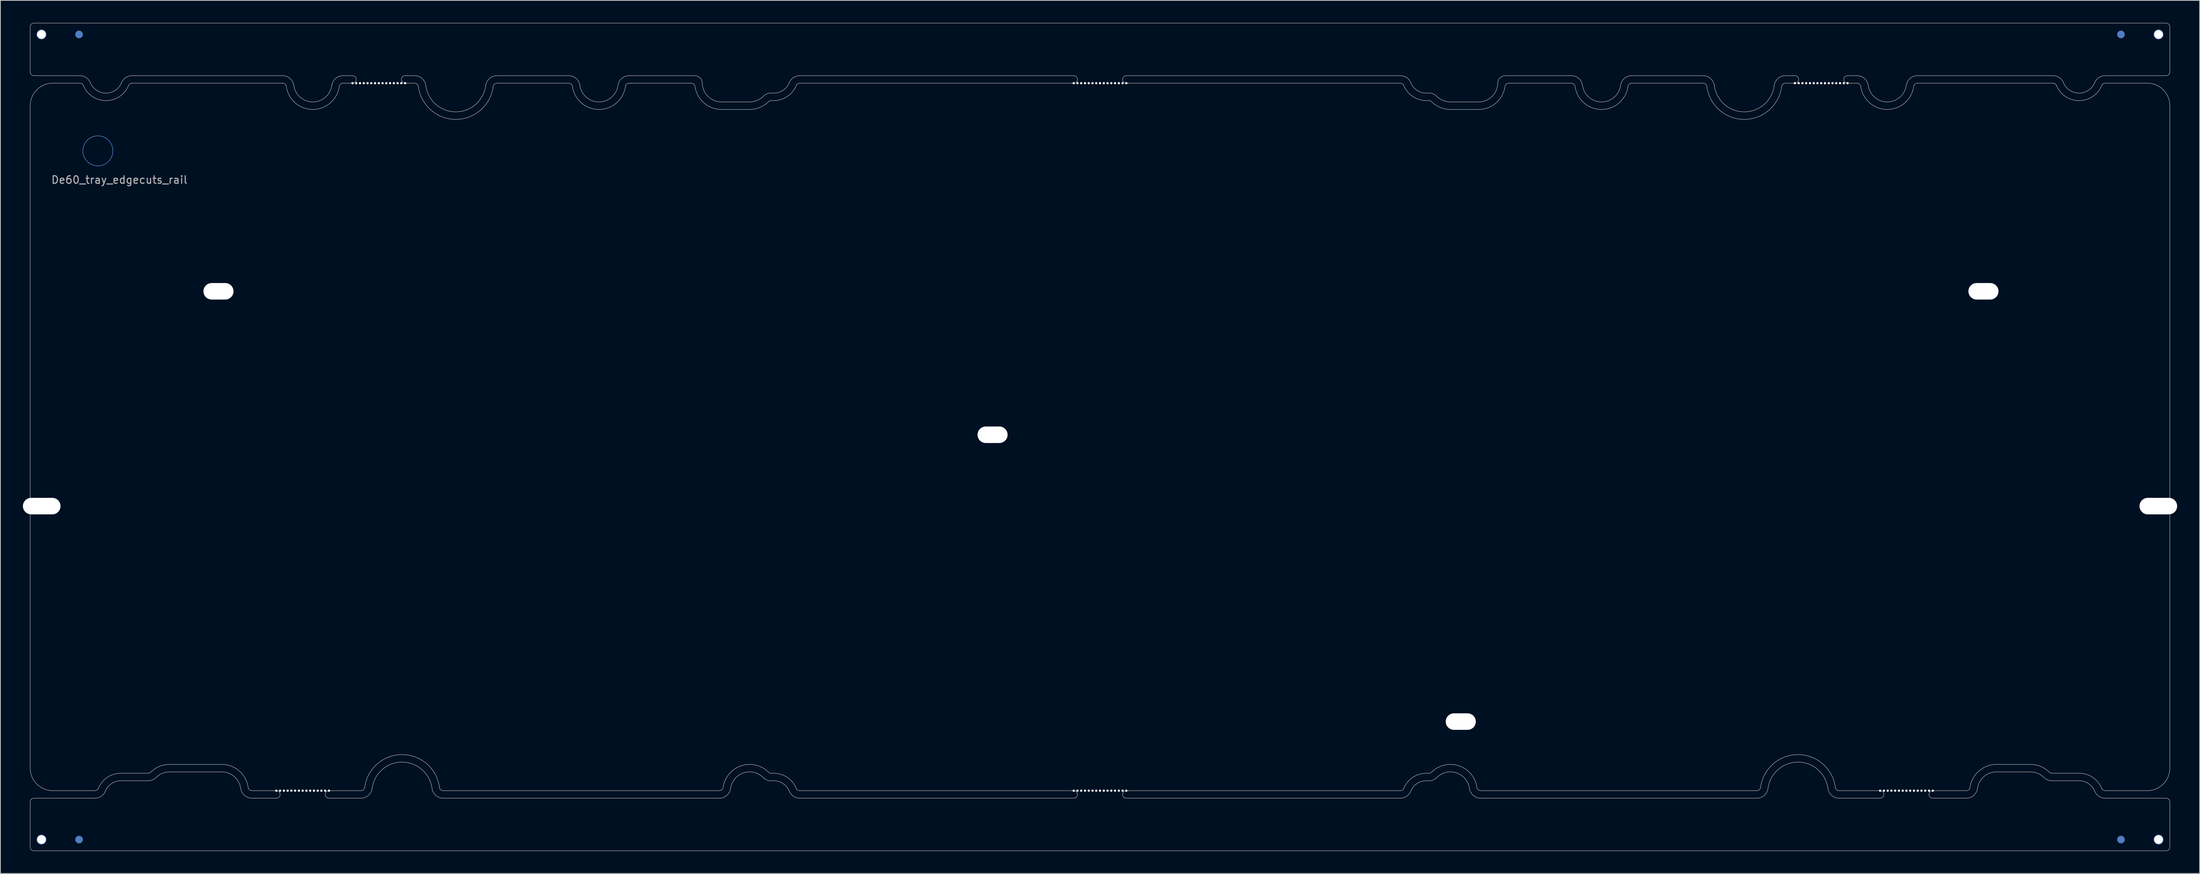
<source format=kicad_pcb>
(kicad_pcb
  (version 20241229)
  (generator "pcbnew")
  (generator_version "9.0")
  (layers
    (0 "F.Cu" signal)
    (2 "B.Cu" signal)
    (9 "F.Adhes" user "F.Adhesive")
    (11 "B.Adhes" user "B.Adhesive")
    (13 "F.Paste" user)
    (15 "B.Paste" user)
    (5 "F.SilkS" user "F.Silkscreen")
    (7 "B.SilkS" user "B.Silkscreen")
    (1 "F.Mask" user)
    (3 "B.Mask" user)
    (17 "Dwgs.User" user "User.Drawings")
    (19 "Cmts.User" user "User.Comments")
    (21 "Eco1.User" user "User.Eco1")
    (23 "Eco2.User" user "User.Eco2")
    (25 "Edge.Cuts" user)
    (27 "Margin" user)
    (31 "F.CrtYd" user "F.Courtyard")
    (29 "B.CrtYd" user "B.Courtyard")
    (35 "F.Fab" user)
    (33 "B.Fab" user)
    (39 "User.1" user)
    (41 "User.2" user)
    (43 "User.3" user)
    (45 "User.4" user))
  (footprint "De60_tray_edgecuts_rail"
    (layer "F.Cu")
    (at 9.97 17.035)
    (property "Reference" "De60_tray_edgecuts_rail" (at 2.865 3.86 0) (unlocked yes) (layer "F.Fab") (effects (font (size 1 1) (thickness 0.15))))
    (fp_circle (center 0 0) (end 1.994 0) (stroke (width 0.05) (type solid)) (fill no) (layer "Cmts.User"))
    (fp_circle (center 0 0) (end 2 0) (stroke (width 0.05) (type solid)) (fill no) (layer "Cmts.User"))
    (fp_line (start -9 -16.51) (end -9 -10.51) (stroke (width 0.05) (type solid)) (layer "Edge.Cuts"))
    (fp_line (start -9 -6.01) (end -9 82.19) (stroke (width 0.05) (type solid)) (layer "Edge.Cuts"))
    (fp_line (start -9 86.69) (end -9 92.69) (stroke (width 0.05) (type solid)) (layer "Edge.Cuts"))
    (fp_line (start -8.5 -10.01) (end -2.394 -10.01) (stroke (width 0.05) (type solid)) (layer "Edge.Cuts"))
    (fp_line (start -8.5 93.19) (end 275.2 93.19) (stroke (width 0.05) (type solid)) (layer "Edge.Cuts"))
    (fp_line (start -6 85.19) (end -0.394 85.19) (stroke (width 0.05) (type solid)) (layer "Edge.Cuts"))
    (fp_line (start -2.394 -9.01) (end -6 -9.01) (stroke (width 0.05) (type solid)) (layer "Edge.Cuts"))
    (fp_line (start -0.394 86.19) (end -8.5 86.19) (stroke (width 0.05) (type solid)) (layer "Edge.Cuts"))
    (fp_line (start 3.077 82.865) (end 6.696 82.865) (stroke (width 0.05) (type default)) (layer "Edge.Cuts"))
    (fp_line (start 4.544 -10.01) (end 24.584 -10.01) (stroke (width 0.05) (type solid)) (layer "Edge.Cuts"))
    (fp_line (start 6.696 83.865) (end 3.077 83.865) (stroke (width 0.05) (type solid)) (layer "Edge.Cuts"))
    (fp_line (start 9.549 81.69) (end 16.477 81.69) (stroke (width 0.05) (type solid)) (layer "Edge.Cuts"))
    (fp_line (start 16.477 82.69) (end 9.549 82.69) (stroke (width 0.05) (type solid)) (layer "Edge.Cuts"))
    (fp_line (start 20.496 85.19) (end 23.752 85.19) (stroke (width 0.05) (type solid)) (layer "Edge.Cuts"))
    (fp_line (start 23.752 86.19) (end 20.496 86.19) (stroke (width 0.05) (type solid)) (layer "Edge.Cuts"))
    (fp_line (start 24.584 -9.01) (end 4.544 -9.01) (stroke (width 0.05) (type solid)) (layer "Edge.Cuts"))
    (fp_line (start 30.752 86.19) (end 35.009 86.19) (stroke (width 0.05) (type solid)) (layer "Edge.Cuts"))
    (fp_line (start 32.618 -10.01) (end 33.885 -10.01) (stroke (width 0.05) (type solid)) (layer "Edge.Cuts"))
    (fp_line (start 33.885 -9.01) (end 32.618 -9.01) (stroke (width 0.05) (type solid)) (layer "Edge.Cuts"))
    (fp_line (start 35.009 85.19) (end 30.752 85.19) (stroke (width 0.05) (type solid)) (layer "Edge.Cuts"))
    (fp_line (start 40.885 -9.01) (end 42.151 -9.01) (stroke (width 0.05) (type solid)) (layer "Edge.Cuts"))
    (fp_line (start 42.151 -10.01) (end 40.885 -10.01) (stroke (width 0.05) (type solid)) (layer "Edge.Cuts"))
    (fp_line (start 45.953 86.19) (end 82.708 86.19) (stroke (width 0.05) (type solid)) (layer "Edge.Cuts"))
    (fp_line (start 53.099 -9.01) (end 62.658 -9.01) (stroke (width 0.05) (type solid)) (layer "Edge.Cuts"))
    (fp_line (start 62.658 -10.01) (end 53.099 -10.01) (stroke (width 0.05) (type solid)) (layer "Edge.Cuts"))
    (fp_line (start 70.692 -9.01) (end 78.966 -9.01) (stroke (width 0.05) (type solid)) (layer "Edge.Cuts"))
    (fp_line (start 79.428 -10.01) (end 70.692 -10.01) (stroke (width 0.05) (type solid)) (layer "Edge.Cuts"))
    (fp_line (start 82.708 85.19) (end 45.953 85.19) (stroke (width 0.05) (type solid)) (layer "Edge.Cuts"))
    (fp_line (start 82.981 -5.512) (end 86.721 -5.509) (stroke (width 0.05) (type solid)) (layer "Edge.Cuts"))
    (fp_line (start 86.721 -6.509) (end 82.981 -6.512) (stroke (width 0.05) (type solid)) (layer "Edge.Cuts"))
    (fp_line (start 93.394 86.19) (end 129.85 86.19) (stroke (width 0.05) (type solid)) (layer "Edge.Cuts"))
    (fp_line (start 93.394 -9.01) (end 129.85 -9.01) (stroke (width 0.05) (type solid)) (layer "Edge.Cuts"))
    (fp_line (start 129.85 -10.01) (end 93.394 -10.01) (stroke (width 0.05) (type solid)) (layer "Edge.Cuts"))
    (fp_line (start 129.85 85.19) (end 93.394 85.19) (stroke (width 0.05) (type solid)) (layer "Edge.Cuts"))
    (fp_line (start 136.85 -10.01) (end 173.306 -10.01) (stroke (width 0.05) (type solid)) (layer "Edge.Cuts"))
    (fp_line (start 136.85 86.19) (end 173.306 86.19) (stroke (width 0.05) (type solid)) (layer "Edge.Cuts"))
    (fp_line (start 173.306 -9.01) (end 136.85 -9.01) (stroke (width 0.05) (type solid)) (layer "Edge.Cuts"))
    (fp_line (start 173.306 85.19) (end 136.85 85.19) (stroke (width 0.05) (type solid)) (layer "Edge.Cuts"))
    (fp_line (start 179.979 -6.509) (end 183.719 -6.512) (stroke (width 0.05) (type solid)) (layer "Edge.Cuts"))
    (fp_line (start 183.719 -5.512) (end 179.979 -5.509) (stroke (width 0.05) (type solid)) (layer "Edge.Cuts"))
    (fp_line (start 183.992 86.19) (end 220.747 86.19) (stroke (width 0.05) (type solid)) (layer "Edge.Cuts"))
    (fp_line (start 187.272 -10.01) (end 196.065 -10.01) (stroke (width 0.05) (type solid)) (layer "Edge.Cuts"))
    (fp_line (start 196.065 -9.01) (end 187.734 -9.01) (stroke (width 0.05) (type solid)) (layer "Edge.Cuts"))
    (fp_line (start 204.1 -10.01) (end 213.601 -10.01) (stroke (width 0.05) (type solid)) (layer "Edge.Cuts"))
    (fp_line (start 213.601 -9.01) (end 204.1 -9.01) (stroke (width 0.05) (type solid)) (layer "Edge.Cuts"))
    (fp_line (start 220.747 85.19) (end 183.992 85.19) (stroke (width 0.05) (type solid)) (layer "Edge.Cuts"))
    (fp_line (start 224.549 -10.01) (end 225.815 -10.01) (stroke (width 0.05) (type solid)) (layer "Edge.Cuts"))
    (fp_line (start 225.815 -9.01) (end 224.549 -9.01) (stroke (width 0.05) (type solid)) (layer "Edge.Cuts"))
    (fp_line (start 231.691 86.19) (end 237.155 86.19) (stroke (width 0.05) (type solid)) (layer "Edge.Cuts"))
    (fp_line (start 232.815 -10.01) (end 234.082 -10.01) (stroke (width 0.05) (type solid)) (layer "Edge.Cuts"))
    (fp_line (start 234.082 -9.01) (end 232.815 -9.01) (stroke (width 0.05) (type solid)) (layer "Edge.Cuts"))
    (fp_line (start 237.155 85.19) (end 231.691 85.19) (stroke (width 0.05) (type solid)) (layer "Edge.Cuts"))
    (fp_line (start 242.116 -10.01) (end 260.156 -10.01) (stroke (width 0.05) (type solid)) (layer "Edge.Cuts"))
    (fp_line (start 244.155 85.19) (end 248.62 85.19) (stroke (width 0.05) (type solid)) (layer "Edge.Cuts"))
    (fp_line (start 248.62 86.19) (end 244.155 86.19) (stroke (width 0.05) (type solid)) (layer "Edge.Cuts"))
    (fp_line (start 252.638 81.69) (end 257.149 81.69) (stroke (width 0.05) (type solid)) (layer "Edge.Cuts"))
    (fp_line (start 257.149 82.69) (end 252.638 82.69) (stroke (width 0.05) (type solid)) (layer "Edge.Cuts"))
    (fp_line (start 260.004 82.865) (end 263.623 82.865) (stroke (width 0.05) (type default)) (layer "Edge.Cuts"))
    (fp_line (start 260.156 -9.01) (end 242.116 -9.01) (stroke (width 0.05) (type solid)) (layer "Edge.Cuts"))
    (fp_line (start 263.623 83.865) (end 260.004 83.865) (stroke (width 0.05) (type solid)) (layer "Edge.Cuts"))
    (fp_line (start 267.094 85.19) (end 272.7 85.19) (stroke (width 0.05) (type solid)) (layer "Edge.Cuts"))
    (fp_line (start 267.094 -10.01) (end 275.2 -10.01) (stroke (width 0.05) (type solid)) (layer "Edge.Cuts"))
    (fp_line (start 272.7 -9.01) (end 267.094 -9.01) (stroke (width 0.05) (type solid)) (layer "Edge.Cuts"))
    (fp_line (start 275.2 -17.01) (end -8.5 -17.01) (stroke (width 0.05) (type solid)) (layer "Edge.Cuts"))
    (fp_line (start 275.2 86.19) (end 267.094 86.19) (stroke (width 0.05) (type solid)) (layer "Edge.Cuts"))
    (fp_line (start 275.7 -10.51) (end 275.7 -16.51) (stroke (width 0.05) (type solid)) (layer "Edge.Cuts"))
    (fp_line (start 275.7 82.19) (end 275.7 -6.01) (stroke (width 0.05) (type solid)) (layer "Edge.Cuts"))
    (fp_line (start 275.7 92.69) (end 275.7 86.69) (stroke (width 0.05) (type solid)) (layer "Edge.Cuts"))
    (fp_arc (start -9.000006 -16.51) (mid -8.853553 -16.863533) (end -8.500006 -17.01) (stroke (width 0.05) (type solid)) (layer "Edge.Cuts"))
    (fp_arc (start -9.000006 -6.01) (mid -8.121326 -8.13132) (end -6.000006 -9.01) (stroke (width 0.05) (type solid)) (layer "Edge.Cuts"))
    (fp_arc (start -9.000006 86.69) (mid -8.853553 86.336467) (end -8.500006 86.19) (stroke (width 0.05) (type solid)) (layer "Edge.Cuts"))
    (fp_arc (start -8.500006 -10.01) (mid -8.85358 -10.156434) (end -9.000006 -10.51) (stroke (width 0.05) (type solid)) (layer "Edge.Cuts"))
    (fp_arc (start -8.500006 93.19) (mid -8.85358 93.043566) (end -9.000006 92.69) (stroke (width 0.05) (type solid)) (layer "Edge.Cuts"))
    (fp_arc (start -6.000006 85.19) (mid -8.121325 84.31132) (end -9.000006 82.19) (stroke (width 0.05) (type solid)) (layer "Edge.Cuts"))
    (fp_arc (start -2.394077 -10.01) (mid -1.558959 -9.756049) (end -1.006655 -9.08014) (stroke (width 0.05) (type solid)) (layer "Edge.Cuts"))
    (fp_arc (start -2.394077 -9.01) (mid -2.115694 -8.925359) (end -1.931603 -8.700047) (stroke (width 0.05) (type solid)) (layer "Edge.Cuts"))
    (fp_arc (start 0.068484 84.880215) (mid -0.115625 85.10541) (end -0.393921 85.19) (stroke (width 0.05) (type solid)) (layer "Edge.Cuts"))
    (fp_arc (start 0.068484 84.880215) (mid 1.266177 83.415365) (end 3.076522 82.864995) (stroke (width 0.05) (type solid)) (layer "Edge.Cuts"))
    (fp_arc (start 0.993294 85.260643) (mid 0.440959 85.9362) (end -0.393921 86.19) (stroke (width 0.05) (type solid)) (layer "Edge.Cuts"))
    (fp_arc (start 0.993294 85.260643) (mid 1.82276 84.246149) (end 3.076522 83.864995) (stroke (width 0.05) (type solid)) (layer "Edge.Cuts"))
    (fp_arc (start 3.156652 -9.08014) (mid 1.074999 -7.685003) (end -1.006655 -9.08014) (stroke (width 0.05) (type solid)) (layer "Edge.Cuts"))
    (fp_arc (start 3.156652 -9.08014) (mid 3.708976 -9.756024) (end 4.544074 -10.01) (stroke (width 0.05) (type solid)) (layer "Edge.Cuts"))
    (fp_arc (start 4.0816 -8.700047) (mid 1.074999 -6.685002) (end -1.931603 -8.700047) (stroke (width 0.05) (type solid)) (layer "Edge.Cuts"))
    (fp_arc (start 4.0816 -8.700047) (mid 4.26571 -8.925334) (end 4.544074 -9.01) (stroke (width 0.05) (type solid)) (layer "Edge.Cuts"))
    (fp_arc (start 7.048213 82.719935) (mid 6.886486 82.827312) (end 6.696051 82.864995) (stroke (width 0.05) (type solid)) (layer "Edge.Cuts"))
    (fp_arc (start 7.048213 82.719935) (mid 8.196482 81.957574) (end 9.548565 81.690002) (stroke (width 0.05) (type solid)) (layer "Edge.Cuts"))
    (fp_arc (start 7.752538 83.429813) (mid 7.267355 83.751941) (end 6.696051 83.864995) (stroke (width 0.05) (type solid)) (layer "Edge.Cuts"))
    (fp_arc (start 7.752538 83.429813) (mid 8.577351 82.882203) (end 9.548565 82.690002) (stroke (width 0.05) (type solid)) (layer "Edge.Cuts"))
    (fp_arc (start 16.477245 81.690002) (mid 18.813447 82.564432) (end 20.000252 84.758505) (stroke (width 0.05) (type solid)) (layer "Edge.Cuts"))
    (fp_arc (start 16.477245 82.690002) (mid 18.156509 83.318476) (end 19.009682 84.895514) (stroke (width 0.05) (type solid)) (layer "Edge.Cuts"))
    (fp_arc (start 20.495537 85.190001) (mid 20.167109 85.066989) (end 20.000252 84.758505) (stroke (width 0.05) (type solid)) (layer "Edge.Cuts"))
    (fp_arc (start 20.495537 86.190001) (mid 19.510226 85.820981) (end 19.009682 84.895514) (stroke (width 0.05) (type solid)) (layer "Edge.Cuts"))
    (fp_arc (start 23.752227 85.190001) (mid 24.252266 85.690011) (end 23.752227 86.190001) (stroke (width 0.05) (type solid)) (layer "Edge.Cuts"))
    (fp_arc (start 24.583587 -10.01) (mid 25.568897 -9.640978) (end 26.069442 -8.715513) (stroke (width 0.05) (type solid)) (layer "Edge.Cuts"))
    (fp_arc (start 24.583587 -9.01) (mid 24.912014 -8.886985) (end 25.078872 -8.578504) (stroke (width 0.05) (type solid)) (layer "Edge.Cuts"))
    (fp_arc (start 30.752227 86.190001) (mid 30.252266 85.690011) (end 30.752227 85.190001) (stroke (width 0.05) (type solid)) (layer "Edge.Cuts"))
    (fp_arc (start 31.132557 -8.715513) (mid 28.601 -6.510001) (end 26.069442 -8.715513) (stroke (width 0.05) (type solid)) (layer "Edge.Cuts"))
    (fp_arc (start 31.132557 -8.715513) (mid 31.633087 -9.640999) (end 32.618412 -10.01) (stroke (width 0.05) (type solid)) (layer "Edge.Cuts"))
    (fp_arc (start 32.123127 -8.578504) (mid 28.601 -5.510002) (end 25.078872 -8.578504) (stroke (width 0.05) (type solid)) (layer "Edge.Cuts"))
    (fp_arc (start 32.123127 -8.578504) (mid 32.28997 -8.887006) (end 32.618412 -9.01) (stroke (width 0.05) (type solid)) (layer "Edge.Cuts"))
    (fp_arc (start 33.884713 -10.01) (mid 34.384767 -9.509989) (end 33.884713 -9.01) (stroke (width 0.05) (type solid)) (layer "Edge.Cuts"))
    (fp_arc (start 35.504695 84.754843) (mid 35.33875 85.065772) (end 35.008917 85.190001) (stroke (width 0.05) (type solid)) (layer "Edge.Cuts"))
    (fp_arc (start 35.504695 84.754843) (mid 40.480997 80.386999) (end 45.457298 84.754843) (stroke (width 0.05) (type solid)) (layer "Edge.Cuts"))
    (fp_arc (start 36.496251 84.884526) (mid 35.998415 85.817332) (end 35.008917 86.190001) (stroke (width 0.05) (type solid)) (layer "Edge.Cuts"))
    (fp_arc (start 36.496251 84.884526) (mid 40.480997 81.386999) (end 44.465743 84.884526) (stroke (width 0.05) (type solid)) (layer "Edge.Cuts"))
    (fp_arc (start 40.884713 -9.01) (mid 40.384767 -9.509989) (end 40.884713 -10.01) (stroke (width 0.05) (type solid)) (layer "Edge.Cuts"))
    (fp_arc (start 42.151013 -10.01) (mid 43.142202 -9.635895) (end 43.638914 -8.700134) (stroke (width 0.05) (type solid)) (layer "Edge.Cuts"))
    (fp_arc (start 42.151013 -9.01) (mid 42.481428 -8.885309) (end 42.64698 -8.573378) (stroke (width 0.05) (type solid)) (layer "Edge.Cuts"))
    (fp_arc (start 45.953076 85.190001) (mid 45.623235 85.065788) (end 45.457298 84.754843) (stroke (width 0.05) (type solid)) (layer "Edge.Cuts"))
    (fp_arc (start 45.953076 86.190001) (mid 44.963569 85.817347) (end 44.465743 84.884526) (stroke (width 0.05) (type solid)) (layer "Edge.Cuts"))
    (fp_arc (start 51.611089 -8.700134) (mid 47.625002 -5.191002) (end 43.638914 -8.700134) (stroke (width 0.05) (type solid)) (layer "Edge.Cuts"))
    (fp_arc (start 51.611089 -8.700134) (mid 52.107835 -9.635859) (end 53.09899 -10.01) (stroke (width 0.05) (type solid)) (layer "Edge.Cuts"))
    (fp_arc (start 52.603023 -8.573378) (mid 47.625002 -4.191002) (end 42.64698 -8.573378) (stroke (width 0.05) (type solid)) (layer "Edge.Cuts"))
    (fp_arc (start 52.603023 -8.573378) (mid 52.768609 -8.885274) (end 53.09899 -9.01) (stroke (width 0.05) (type solid)) (layer "Edge.Cuts"))
    (fp_arc (start 62.657588 -10.01) (mid 63.642898 -9.640977) (end 64.143443 -8.715513) (stroke (width 0.05) (type solid)) (layer "Edge.Cuts"))
    (fp_arc (start 62.657588 -9.01) (mid 62.986015 -8.886985) (end 63.152873 -8.578504) (stroke (width 0.05) (type solid)) (layer "Edge.Cuts"))
    (fp_arc (start 69.206557 -8.715513) (mid 66.675 -6.510001) (end 64.143443 -8.715513) (stroke (width 0.05) (type solid)) (layer "Edge.Cuts"))
    (fp_arc (start 69.206557 -8.715513) (mid 69.707087 -9.640999) (end 70.692412 -10.01) (stroke (width 0.05) (type solid)) (layer "Edge.Cuts"))
    (fp_arc (start 70.197127 -8.578504) (mid 66.675 -5.510001) (end 63.152873 -8.578504) (stroke (width 0.05) (type solid)) (layer "Edge.Cuts"))
    (fp_arc (start 70.197127 -8.578504) (mid 70.36397 -8.887006) (end 70.692412 -9.01) (stroke (width 0.05) (type solid)) (layer "Edge.Cuts"))
    (fp_arc (start 78.965917 -9.01) (mid 79.294307 -8.887079) (end 79.461174 -8.578708) (stroke (width 0.05) (type solid)) (layer "Edge.Cuts"))
    (fp_arc (start 79.427906 -10.01) (mid 80.129327 -9.7228) (end 80.427776 -9.026116) (stroke (width 0.05) (type solid)) (layer "Edge.Cuts"))
    (fp_arc (start 82.980768 -5.5117) (mid 80.647131 -6.386679) (end 79.461174 -8.578708) (stroke (width 0.05) (type solid)) (layer "Edge.Cuts"))
    (fp_arc (start 82.981408 -6.5117) (mid 81.19001 -7.246294) (end 80.427776 -9.026116) (stroke (width 0.05) (type solid)) (layer "Edge.Cuts"))
    (fp_arc (start 83.202868 84.758514) (mid 83.036028 85.067016) (end 82.707584 85.190001) (stroke (width 0.05) (type solid)) (layer "Edge.Cuts"))
    (fp_arc (start 83.202868 84.758514) (mid 85.593641 81.875096) (end 89.239741 82.73292) (stroke (width 0.05) (type solid)) (layer "Edge.Cuts"))
    (fp_arc (start 84.193436 84.89554) (mid 83.692905 85.821015) (end 82.707584 86.190001) (stroke (width 0.05) (type solid)) (layer "Edge.Cuts"))
    (fp_arc (start 84.193436 84.89554) (mid 85.91174 82.823208) (end 88.532299 83.439691) (stroke (width 0.05) (type solid)) (layer "Edge.Cuts"))
    (fp_arc (start 88.533691 -7.259363) (mid 87.70223 -6.70357) (end 86.72116 -6.509306) (stroke (width 0.05) (type solid)) (layer "Edge.Cuts"))
    (fp_arc (start 88.533691 -7.259363) (mid 89.082355 -7.60919) (end 89.727537 -7.693765) (stroke (width 0.05) (type solid)) (layer "Edge.Cuts"))
    (fp_arc (start 89.241401 -6.55286) (mid 88.085039 -5.77966) (end 86.72052 -5.509306) (stroke (width 0.05) (type solid)) (layer "Edge.Cuts"))
    (fp_arc (start 89.241401 -6.55286) (mid 89.42429 -6.669466) (end 89.63935 -6.697661) (stroke (width 0.05) (type solid)) (layer "Edge.Cuts"))
    (fp_arc (start 89.637434 82.877598) (mid 89.422524 82.849412) (end 89.239741 82.73292) (stroke (width 0.05) (type solid)) (layer "Edge.Cuts"))
    (fp_arc (start 89.637434 82.877598) (mid 91.613124 83.33831) (end 92.931514 84.880215) (stroke (width 0.05) (type solid)) (layer "Edge.Cuts"))
    (fp_arc (start 89.725377 83.873723) (mid 89.080652 83.789158) (end 88.532299 83.439691) (stroke (width 0.05) (type solid)) (layer "Edge.Cuts"))
    (fp_arc (start 89.725377 83.873723) (mid 91.093646 84.192793) (end 92.006703 85.260642) (stroke (width 0.05) (type solid)) (layer "Edge.Cuts"))
    (fp_arc (start 92.006619 -9.07984) (mid 91.094707 -8.012511) (end 89.727537 -7.693765) (stroke (width 0.05) (type solid)) (layer "Edge.Cuts"))
    (fp_arc (start 92.006619 -9.07984) (mid 92.558931 -9.755938) (end 93.394165 -10.01) (stroke (width 0.05) (type solid)) (layer "Edge.Cuts"))
    (fp_arc (start 92.931649 -8.699947) (mid 91.614328 -7.158114) (end 89.63935 -6.697661) (stroke (width 0.05) (type solid)) (layer "Edge.Cuts"))
    (fp_arc (start 92.931649 -8.699947) (mid 93.115755 -8.925308) (end 93.394165 -9.01) (stroke (width 0.05) (type solid)) (layer "Edge.Cuts"))
    (fp_arc (start 93.393919 85.190001) (mid 93.115644 85.105382) (end 92.931514 84.880215) (stroke (width 0.05) (type solid)) (layer "Edge.Cuts"))
    (fp_arc (start 93.393919 86.190001) (mid 92.55906 85.936172) (end 92.006703 85.260642) (stroke (width 0.05) (type solid)) (layer "Edge.Cuts"))
    (fp_arc (start 129.85 -10.01) (mid 130.349967 -9.509989) (end 129.85 -9.01) (stroke (width 0.05) (type solid)) (layer "Edge.Cuts"))
    (fp_arc (start 129.85 85.190001) (mid 130.349966 85.690011) (end 129.85 86.190001) (stroke (width 0.05) (type solid)) (layer "Edge.Cuts"))
    (fp_arc (start 136.85 -9.01) (mid 136.349967 -9.509989) (end 136.85 -10.01) (stroke (width 0.05) (type solid)) (layer "Edge.Cuts"))
    (fp_arc (start 136.85 86.190001) (mid 136.349966 85.690011) (end 136.85 85.190001) (stroke (width 0.05) (type solid)) (layer "Edge.Cuts"))
    (fp_arc (start 173.305836 -10.01) (mid 174.141083 -9.755954) (end 174.693381 -9.07984) (stroke (width 0.05) (type solid)) (layer "Edge.Cuts"))
    (fp_arc (start 173.305836 -9.01) (mid 173.584258 -8.925324) (end 173.768351 -8.699947) (stroke (width 0.05) (type solid)) (layer "Edge.Cuts"))
    (fp_arc (start 173.768486 84.880215) (mid 173.584377 85.10541) (end 173.306081 85.190001) (stroke (width 0.05) (type solid)) (layer "Edge.Cuts"))
    (fp_arc (start 173.768486 84.880215) (mid 175.086823 83.338324) (end 177.062459 82.877588) (stroke (width 0.05) (type solid)) (layer "Edge.Cuts"))
    (fp_arc (start 174.693297 85.260642) (mid 174.140962 85.936201) (end 173.306081 86.190001) (stroke (width 0.05) (type solid)) (layer "Edge.Cuts"))
    (fp_arc (start 174.693297 85.260642) (mid 175.606316 84.192799) (end 176.974549 83.873717) (stroke (width 0.05) (type solid)) (layer "Edge.Cuts"))
    (fp_arc (start 176.972464 -7.693765) (mid 175.605264 -8.012492) (end 174.693381 -9.07984) (stroke (width 0.05) (type solid)) (layer "Edge.Cuts"))
    (fp_arc (start 176.972464 -7.693765) (mid 177.61765 -7.6092) (end 178.166309 -7.259363) (stroke (width 0.05) (type solid)) (layer "Edge.Cuts"))
    (fp_arc (start 177.06065 -6.697661) (mid 175.085643 -7.158095) (end 173.768351 -8.699947) (stroke (width 0.05) (type solid)) (layer "Edge.Cuts"))
    (fp_arc (start 177.06065 -6.697661) (mid 177.275715 -6.669476) (end 177.458599 -6.55286) (stroke (width 0.05) (type solid)) (layer "Edge.Cuts"))
    (fp_arc (start 177.460087 82.732958) (mid 177.277323 82.849388) (end 177.062459 82.877588) (stroke (width 0.05) (type solid)) (layer "Edge.Cuts"))
    (fp_arc (start 177.460087 82.732958) (mid 181.106209 81.875371) (end 183.497166 84.758587) (stroke (width 0.05) (type solid)) (layer "Edge.Cuts"))
    (fp_arc (start 178.167432 83.439827) (mid 177.619146 83.789152) (end 176.974549 83.873717) (stroke (width 0.05) (type solid)) (layer "Edge.Cuts"))
    (fp_arc (start 178.167432 83.439827) (mid 180.788106 82.823428) (end 182.506619 84.89576) (stroke (width 0.05) (type solid)) (layer "Edge.Cuts"))
    (fp_arc (start 179.978841 -6.509306) (mid 178.99777 -6.703566) (end 178.166309 -7.259363) (stroke (width 0.05) (type solid)) (layer "Edge.Cuts"))
    (fp_arc (start 179.979481 -5.509306) (mid 178.614969 -5.779676) (end 177.458599 -6.55286) (stroke (width 0.05) (type solid)) (layer "Edge.Cuts"))
    (fp_arc (start 183.99244 85.190001) (mid 183.664041 85.067017) (end 183.497166 84.758587) (stroke (width 0.05) (type solid)) (layer "Edge.Cuts"))
    (fp_arc (start 183.99244 86.190001) (mid 183.007221 85.821064) (end 182.506619 84.89576) (stroke (width 0.05) (type solid)) (layer "Edge.Cuts"))
    (fp_arc (start 186.272224 -9.026116) (mid 185.510005 -7.246282) (end 183.718592 -6.5117) (stroke (width 0.05) (type solid)) (layer "Edge.Cuts"))
    (fp_arc (start 186.272224 -9.026116) (mid 186.570715 -9.722761) (end 187.272094 -10.01) (stroke (width 0.05) (type solid)) (layer "Edge.Cuts"))
    (fp_arc (start 187.238826 -8.578708) (mid 186.052882 -6.386668) (end 183.719232 -5.5117) (stroke (width 0.05) (type solid)) (layer "Edge.Cuts"))
    (fp_arc (start 187.238826 -8.578708) (mid 187.405724 -8.887047) (end 187.734083 -9.01) (stroke (width 0.05) (type solid)) (layer "Edge.Cuts"))
    (fp_arc (start 196.064999 -10.01) (mid 197.050302 -9.640973) (end 197.550853 -8.715513) (stroke (width 0.05) (type solid)) (layer "Edge.Cuts"))
    (fp_arc (start 196.064999 -9.01) (mid 196.393419 -8.886981) (end 196.560284 -8.578504) (stroke (width 0.05) (type solid)) (layer "Edge.Cuts"))
    (fp_arc (start 202.613968 -8.715513) (mid 200.082411 -6.510001) (end 197.550853 -8.715513) (stroke (width 0.05) (type solid)) (layer "Edge.Cuts"))
    (fp_arc (start 202.613968 -8.715513) (mid 203.114498 -9.640995) (end 204.099823 -10.01) (stroke (width 0.05) (type solid)) (layer "Edge.Cuts"))
    (fp_arc (start 203.604538 -8.578504) (mid 200.082411 -5.510001) (end 196.560284 -8.578504) (stroke (width 0.05) (type solid)) (layer "Edge.Cuts"))
    (fp_arc (start 203.604538 -8.578504) (mid 203.771382 -8.887002) (end 204.099823 -9.01) (stroke (width 0.05) (type solid)) (layer "Edge.Cuts"))
    (fp_arc (start 213.60101 -10.01) (mid 214.5922 -9.635896) (end 215.088911 -8.700134) (stroke (width 0.05) (type solid)) (layer "Edge.Cuts"))
    (fp_arc (start 213.60101 -9.01) (mid 213.931427 -8.885311) (end 214.096977 -8.573378) (stroke (width 0.05) (type solid)) (layer "Edge.Cuts"))
    (fp_arc (start 221.242702 84.754843) (mid 221.076757 85.065775) (end 220.746924 85.190001) (stroke (width 0.05) (type solid)) (layer "Edge.Cuts"))
    (fp_arc (start 221.242702 84.754843) (mid 226.219004 80.386999) (end 231.195305 84.754843) (stroke (width 0.05) (type solid)) (layer "Edge.Cuts"))
    (fp_arc (start 222.234257 84.884526) (mid 221.736422 85.817334) (end 220.746924 86.190001) (stroke (width 0.05) (type solid)) (layer "Edge.Cuts"))
    (fp_arc (start 222.234257 84.884526) (mid 226.219003 81.386999) (end 230.203749 84.884526) (stroke (width 0.05) (type solid)) (layer "Edge.Cuts"))
    (fp_arc (start 223.061086 -8.700134) (mid 219.074999 -5.191002) (end 215.088911 -8.700134) (stroke (width 0.05) (type solid)) (layer "Edge.Cuts"))
    (fp_arc (start 223.061086 -8.700134) (mid 223.557832 -9.63586) (end 224.548987 -10.01) (stroke (width 0.05) (type solid)) (layer "Edge.Cuts"))
    (fp_arc (start 224.05302 -8.573378) (mid 219.074999 -4.191002) (end 214.096977 -8.573378) (stroke (width 0.05) (type solid)) (layer "Edge.Cuts"))
    (fp_arc (start 224.05302 -8.573378) (mid 224.218606 -8.885275) (end 224.548987 -9.01) (stroke (width 0.05) (type solid)) (layer "Edge.Cuts"))
    (fp_arc (start 225.815288 -10.01) (mid 226.315267 -9.509989) (end 225.815288 -9.01) (stroke (width 0.05) (type solid)) (layer "Edge.Cuts"))
    (fp_arc (start 231.691083 85.190001) (mid 231.361238 85.06579) (end 231.195305 84.754843) (stroke (width 0.05) (type solid)) (layer "Edge.Cuts"))
    (fp_arc (start 231.691083 86.190001) (mid 230.701572 85.817349) (end 230.203749 84.884526) (stroke (width 0.05) (type solid)) (layer "Edge.Cuts"))
    (fp_arc (start 232.815288 -9.01) (mid 232.315267 -9.509989) (end 232.815288 -10.01) (stroke (width 0.05) (type solid)) (layer "Edge.Cuts"))
    (fp_arc (start 234.081588 -10.01) (mid 235.066898 -9.640977) (end 235.567443 -8.715513) (stroke (width 0.05) (type solid)) (layer "Edge.Cuts"))
    (fp_arc (start 234.081588 -9.01) (mid 234.410015 -8.886985) (end 234.576873 -8.578504) (stroke (width 0.05) (type solid)) (layer "Edge.Cuts"))
    (fp_arc (start 237.155316 85.190001) (mid 237.655366 85.690011) (end 237.155316 86.190001) (stroke (width 0.05) (type solid)) (layer "Edge.Cuts"))
    (fp_arc (start 240.630558 -8.715513) (mid 238.099001 -6.510001) (end 235.567443 -8.715513) (stroke (width 0.05) (type solid)) (layer "Edge.Cuts"))
    (fp_arc (start 240.630558 -8.715513) (mid 241.131088 -9.640998) (end 242.116413 -10.01) (stroke (width 0.05) (type solid)) (layer "Edge.Cuts"))
    (fp_arc (start 241.621128 -8.578504) (mid 238.099001 -5.510002) (end 234.576873 -8.578504) (stroke (width 0.05) (type solid)) (layer "Edge.Cuts"))
    (fp_arc (start 241.621128 -8.578504) (mid 241.787971 -8.887006) (end 242.116413 -9.01) (stroke (width 0.05) (type solid)) (layer "Edge.Cuts"))
    (fp_arc (start 244.155316 86.190001) (mid 243.655366 85.690011) (end 244.155316 85.190001) (stroke (width 0.05) (type solid)) (layer "Edge.Cuts"))
    (fp_arc (start 249.114835 84.758505) (mid 248.947994 85.067001) (end 248.61955 85.190001) (stroke (width 0.05) (type solid)) (layer "Edge.Cuts"))
    (fp_arc (start 249.114835 84.758505) (mid 250.30165 82.564388) (end 252.6379 81.690002) (stroke (width 0.05) (type solid)) (layer "Edge.Cuts"))
    (fp_arc (start 250.105405 84.895514) (mid 249.604877 85.820993) (end 248.61955 86.190001) (stroke (width 0.05) (type solid)) (layer "Edge.Cuts"))
    (fp_arc (start 250.105405 84.895514) (mid 250.958434 83.318468) (end 252.637636 82.690002) (stroke (width 0.05) (type solid)) (layer "Edge.Cuts"))
    (fp_arc (start 257.148985 82.690466) (mid 258.121612 82.882721) (end 258.947914 83.430617) (stroke (width 0.05) (type solid)) (layer "Edge.Cuts"))
    (fp_arc (start 257.149117 81.690466) (mid 258.5022 81.957952) (end 259.651698 82.720203) (stroke (width 0.05) (type solid)) (layer "Edge.Cuts"))
    (fp_arc (start 260.00359 82.864996) (mid 259.813325 82.827393) (end 259.651698 82.720203) (stroke (width 0.05) (type solid)) (layer "Edge.Cuts"))
    (fp_arc (start 260.00359 83.864996) (mid 259.432809 83.752167) (end 258.947914 83.430617) (stroke (width 0.05) (type solid)) (layer "Edge.Cuts"))
    (fp_arc (start 260.155926 -10.01) (mid 260.991042 -9.756048) (end 261.543348 -9.08014) (stroke (width 0.05) (type solid)) (layer "Edge.Cuts"))
    (fp_arc (start 260.155926 -9.01) (mid 260.434308 -8.925358) (end 260.6184 -8.700047) (stroke (width 0.05) (type solid)) (layer "Edge.Cuts"))
    (fp_arc (start 263.623478 82.864996) (mid 265.433817 83.415371) (end 266.631516 84.880215) (stroke (width 0.05) (type solid)) (layer "Edge.Cuts"))
    (fp_arc (start 263.623478 83.864996) (mid 264.877232 84.246163) (end 265.706706 85.260643) (stroke (width 0.05) (type solid)) (layer "Edge.Cuts"))
    (fp_arc (start 265.706655 -9.08014) (mid 263.625001 -7.685002) (end 261.543348 -9.08014) (stroke (width 0.05) (type solid)) (layer "Edge.Cuts"))
    (fp_arc (start 265.706655 -9.08014) (mid 266.258979 -9.756023) (end 267.094077 -10.01) (stroke (width 0.05) (type solid)) (layer "Edge.Cuts"))
    (fp_arc (start 266.631603 -8.700047) (mid 263.625002 -6.685002) (end 260.6184 -8.700047) (stroke (width 0.05) (type solid)) (layer "Edge.Cuts"))
    (fp_arc (start 266.631603 -8.700047) (mid 266.815714 -8.925333) (end 267.094077 -9.01) (stroke (width 0.05) (type solid)) (layer "Edge.Cuts"))
    (fp_arc (start 267.093922 85.19) (mid 266.815647 85.105382) (end 266.631516 84.880215) (stroke (width 0.05) (type solid)) (layer "Edge.Cuts"))
    (fp_arc (start 267.093922 86.19) (mid 266.259062 85.936173) (end 265.706706 85.260643) (stroke (width 0.05) (type solid)) (layer "Edge.Cuts"))
    (fp_arc (start 272.700006 -9.01) (mid 274.821363 -8.131339) (end 275.700006 -6.01) (stroke (width 0.05) (type solid)) (layer "Edge.Cuts"))
    (fp_arc (start 275.200006 -17.01) (mid 275.553596 -16.863572) (end 275.700006 -16.51) (stroke (width 0.05) (type solid)) (layer "Edge.Cuts"))
    (fp_arc (start 275.200006 86.19) (mid 275.553596 86.336428) (end 275.700006 86.69) (stroke (width 0.05) (type solid)) (layer "Edge.Cuts"))
    (fp_arc (start 275.700006 -10.51) (mid 275.55356 -10.156457) (end 275.200006 -10.01) (stroke (width 0.05) (type solid)) (layer "Edge.Cuts"))
    (fp_arc (start 275.700006 82.19) (mid 274.821327 84.31131) (end 272.700006 85.19) (stroke (width 0.05) (type solid)) (layer "Edge.Cuts"))
    (fp_arc (start 275.700006 92.69) (mid 275.55356 93.043543) (end 275.200006 93.19) (stroke (width 0.05) (type solid)) (layer "Edge.Cuts"))
    (fp_line (start 30.752 85.19) (end 23.752 85.19) (stroke (width 0.12) (type solid)) (layer "User.2"))
    (fp_line (start 33.885 -9.01) (end 40.885 -9.01) (stroke (width 0.12) (type solid)) (layer "User.2"))
    (fp_line (start 129.85 -9.01) (end 136.85 -9.01) (stroke (width 0.12) (type solid)) (layer "User.2"))
    (fp_line (start 136.85 85.19) (end 129.85 85.19) (stroke (width 0.12) (type solid)) (layer "User.2"))
    (fp_line (start 225.815 -9.01) (end 232.815 -9.01) (stroke (width 0.12) (type solid)) (layer "User.2"))
    (fp_line (start 244.155 85.19) (end 237.155 85.19) (stroke (width 0.12) (type solid)) (layer "User.2"))
    (pad "" np_thru_hole circle (at -7.501 -15.5) (size 1.3 1.3) (drill 1.152) (layers "*.Cu" "*.Mask"))
    (pad "" np_thru_hole circle (at -7.5 91.7) (size 1.3 1.3) (drill 1.152) (layers "*.Cu" "*.Mask"))
    (pad "" np_thru_hole oval (at -7.47 47.3) (size 5 2.2) (drill oval 5 2.2) (layers "*.Cu" "*.Mask"))
    (pad "" smd circle (at -2.501 -15.5 180) (size 1 1) (layers "F.Cu"))
    (pad "" smd circle (at -2.501 -15.5 180) (size 1 1) (layers "B.Cu"))
    (pad "" smd circle (at -2.501 -15.5 180) (size 2 2) (layers "F.Mask"))
    (pad "" smd circle (at -2.501 -15.5 180) (size 2 2) (layers "B.Mask"))
    (pad "" smd circle (at -2.5 91.7 180) (size 1 1) (layers "F.Cu"))
    (pad "" smd circle (at -2.5 91.7 180) (size 1 1) (layers "B.Cu"))
    (pad "" smd circle (at -2.5 91.7 180) (size 2 2) (layers "F.Mask"))
    (pad "" smd circle (at -2.5 91.7 180) (size 2 2) (layers "B.Mask"))
    (pad "" np_thru_hole oval (at 16.05 18.7) (size 4 2.2) (drill oval 4 2.2) (layers "*.Cu" "*.Mask"))
    (pad "" np_thru_hole circle (at 23.752 85.19 180) (size 0.3 0.3) (drill 0.3) (layers "*.Cu" "*.Mask"))
    (pad "" np_thru_hole circle (at 24.252 85.19 180) (size 0.3 0.3) (drill 0.3) (layers "*.Cu" "*.Mask"))
    (pad "" np_thru_hole circle (at 24.752 85.19 180) (size 0.3 0.3) (drill 0.3) (layers "*.Cu" "*.Mask"))
    (pad "" np_thru_hole circle (at 25.252 85.19 180) (size 0.3 0.3) (drill 0.3) (layers "*.Cu" "*.Mask"))
    (pad "" np_thru_hole circle (at 25.752 85.19 180) (size 0.3 0.3) (drill 0.3) (layers "*.Cu" "*.Mask"))
    (pad "" np_thru_hole circle (at 26.252 85.19 180) (size 0.3 0.3) (drill 0.3) (layers "*.Cu" "*.Mask"))
    (pad "" np_thru_hole circle (at 26.752 85.19 180) (size 0.3 0.3) (drill 0.3) (layers "*.Cu" "*.Mask"))
    (pad "" np_thru_hole circle (at 27.252 85.19 180) (size 0.3 0.3) (drill 0.3) (layers "*.Cu" "*.Mask"))
    (pad "" np_thru_hole circle (at 27.752 85.19 180) (size 0.3 0.3) (drill 0.3) (layers "*.Cu" "*.Mask"))
    (pad "" np_thru_hole circle (at 28.252 85.19 180) (size 0.3 0.3) (drill 0.3) (layers "*.Cu" "*.Mask"))
    (pad "" np_thru_hole circle (at 28.752 85.19 180) (size 0.3 0.3) (drill 0.3) (layers "*.Cu" "*.Mask"))
    (pad "" np_thru_hole circle (at 29.252 85.19 180) (size 0.3 0.3) (drill 0.3) (layers "*.Cu" "*.Mask"))
    (pad "" np_thru_hole circle (at 29.752 85.19 180) (size 0.3 0.3) (drill 0.3) (layers "*.Cu" "*.Mask"))
    (pad "" np_thru_hole circle (at 30.252 85.19 180) (size 0.3 0.3) (drill 0.3) (layers "*.Cu" "*.Mask"))
    (pad "" np_thru_hole circle (at 30.752 85.19 180) (size 0.3 0.3) (drill 0.3) (layers "*.Cu" "*.Mask"))
    (pad "" np_thru_hole circle (at 33.885 -9.01) (size 0.3 0.3) (drill 0.3) (layers "*.Cu" "*.Mask"))
    (pad "" np_thru_hole circle (at 34.385 -9.01) (size 0.3 0.3) (drill 0.3) (layers "*.Cu" "*.Mask"))
    (pad "" np_thru_hole circle (at 34.885 -9.01) (size 0.3 0.3) (drill 0.3) (layers "*.Cu" "*.Mask"))
    (pad "" np_thru_hole circle (at 35.385 -9.01) (size 0.3 0.3) (drill 0.3) (layers "*.Cu" "*.Mask"))
    (pad "" np_thru_hole circle (at 35.885 -9.01) (size 0.3 0.3) (drill 0.3) (layers "*.Cu" "*.Mask"))
    (pad "" np_thru_hole circle (at 36.385 -9.01) (size 0.3 0.3) (drill 0.3) (layers "*.Cu" "*.Mask"))
    (pad "" np_thru_hole circle (at 36.885 -9.01) (size 0.3 0.3) (drill 0.3) (layers "*.Cu" "*.Mask"))
    (pad "" np_thru_hole circle (at 37.385 -9.01) (size 0.3 0.3) (drill 0.3) (layers "*.Cu" "*.Mask"))
    (pad "" np_thru_hole circle (at 37.885 -9.01) (size 0.3 0.3) (drill 0.3) (layers "*.Cu" "*.Mask"))
    (pad "" np_thru_hole circle (at 38.385 -9.01) (size 0.3 0.3) (drill 0.3) (layers "*.Cu" "*.Mask"))
    (pad "" np_thru_hole circle (at 38.885 -9.01) (size 0.3 0.3) (drill 0.3) (layers "*.Cu" "*.Mask"))
    (pad "" np_thru_hole circle (at 39.385 -9.01) (size 0.3 0.3) (drill 0.3) (layers "*.Cu" "*.Mask"))
    (pad "" np_thru_hole circle (at 39.885 -9.01) (size 0.3 0.3) (drill 0.3) (layers "*.Cu" "*.Mask"))
    (pad "" np_thru_hole circle (at 40.385 -9.01) (size 0.3 0.3) (drill 0.3) (layers "*.Cu" "*.Mask"))
    (pad "" np_thru_hole circle (at 40.885 -9.01) (size 0.3 0.3) (drill 0.3) (layers "*.Cu" "*.Mask"))
    (pad "" np_thru_hole oval (at 119.05 37.8) (size 4 2.2) (drill oval 4 2.2) (layers "*.Cu" "*.Mask"))
    (pad "" np_thru_hole circle (at 129.85 -9.01) (size 0.3 0.3) (drill 0.3) (layers "*.Cu" "*.Mask"))
    (pad "" np_thru_hole circle (at 129.85 85.19 180) (size 0.3 0.3) (drill 0.3) (layers "*.Cu" "*.Mask"))
    (pad "" np_thru_hole circle (at 130.35 -9.01) (size 0.3 0.3) (drill 0.3) (layers "*.Cu" "*.Mask"))
    (pad "" np_thru_hole circle (at 130.35 85.19 180) (size 0.3 0.3) (drill 0.3) (layers "*.Cu" "*.Mask"))
    (pad "" np_thru_hole circle (at 130.85 -9.01) (size 0.3 0.3) (drill 0.3) (layers "*.Cu" "*.Mask"))
    (pad "" np_thru_hole circle (at 130.85 85.19 180) (size 0.3 0.3) (drill 0.3) (layers "*.Cu" "*.Mask"))
    (pad "" np_thru_hole circle (at 131.35 -9.01) (size 0.3 0.3) (drill 0.3) (layers "*.Cu" "*.Mask"))
    (pad "" np_thru_hole circle (at 131.35 85.19 180) (size 0.3 0.3) (drill 0.3) (layers "*.Cu" "*.Mask"))
    (pad "" np_thru_hole circle (at 131.85 -9.01) (size 0.3 0.3) (drill 0.3) (layers "*.Cu" "*.Mask"))
    (pad "" np_thru_hole circle (at 131.85 85.19 180) (size 0.3 0.3) (drill 0.3) (layers "*.Cu" "*.Mask"))
    (pad "" np_thru_hole circle (at 132.35 -9.01) (size 0.3 0.3) (drill 0.3) (layers "*.Cu" "*.Mask"))
    (pad "" np_thru_hole circle (at 132.35 85.19 180) (size 0.3 0.3) (drill 0.3) (layers "*.Cu" "*.Mask"))
    (pad "" np_thru_hole circle (at 132.85 -9.01) (size 0.3 0.3) (drill 0.3) (layers "*.Cu" "*.Mask"))
    (pad "" np_thru_hole circle (at 132.85 85.19 180) (size 0.3 0.3) (drill 0.3) (layers "*.Cu" "*.Mask"))
    (pad "" np_thru_hole circle (at 133.35 -9.01) (size 0.3 0.3) (drill 0.3) (layers "*.Cu" "*.Mask"))
    (pad "" np_thru_hole circle (at 133.35 85.19 180) (size 0.3 0.3) (drill 0.3) (layers "*.Cu" "*.Mask"))
    (pad "" np_thru_hole circle (at 133.85 -9.01) (size 0.3 0.3) (drill 0.3) (layers "*.Cu" "*.Mask"))
    (pad "" np_thru_hole circle (at 133.85 85.19 180) (size 0.3 0.3) (drill 0.3) (layers "*.Cu" "*.Mask"))
    (pad "" np_thru_hole circle (at 134.35 -9.01) (size 0.3 0.3) (drill 0.3) (layers "*.Cu" "*.Mask"))
    (pad "" np_thru_hole circle (at 134.35 85.19 180) (size 0.3 0.3) (drill 0.3) (layers "*.Cu" "*.Mask"))
    (pad "" np_thru_hole circle (at 134.85 -9.01) (size 0.3 0.3) (drill 0.3) (layers "*.Cu" "*.Mask"))
    (pad "" np_thru_hole circle (at 134.85 85.19 180) (size 0.3 0.3) (drill 0.3) (layers "*.Cu" "*.Mask"))
    (pad "" np_thru_hole circle (at 135.35 -9.01) (size 0.3 0.3) (drill 0.3) (layers "*.Cu" "*.Mask"))
    (pad "" np_thru_hole circle (at 135.35 85.19 180) (size 0.3 0.3) (drill 0.3) (layers "*.Cu" "*.Mask"))
    (pad "" np_thru_hole circle (at 135.85 -9.01) (size 0.3 0.3) (drill 0.3) (layers "*.Cu" "*.Mask"))
    (pad "" np_thru_hole circle (at 135.85 85.19 180) (size 0.3 0.3) (drill 0.3) (layers "*.Cu" "*.Mask"))
    (pad "" np_thru_hole circle (at 136.35 -9.01) (size 0.3 0.3) (drill 0.3) (layers "*.Cu" "*.Mask"))
    (pad "" np_thru_hole circle (at 136.35 85.19 180) (size 0.3 0.3) (drill 0.3) (layers "*.Cu" "*.Mask"))
    (pad "" np_thru_hole circle (at 136.85 -9.01) (size 0.3 0.3) (drill 0.3) (layers "*.Cu" "*.Mask"))
    (pad "" np_thru_hole circle (at 136.85 85.19 180) (size 0.3 0.3) (drill 0.3) (layers "*.Cu" "*.Mask"))
    (pad "" np_thru_hole oval (at 181.35 75.991) (size 4 2.2) (drill oval 4 2.2) (layers "*.Cu" "*.Mask"))
    (pad "" np_thru_hole circle (at 225.815 -9.01) (size 0.3 0.3) (drill 0.3) (layers "*.Cu" "*.Mask"))
    (pad "" np_thru_hole circle (at 226.315 -9.01) (size 0.3 0.3) (drill 0.3) (layers "*.Cu" "*.Mask"))
    (pad "" np_thru_hole circle (at 226.815 -9.01) (size 0.3 0.3) (drill 0.3) (layers "*.Cu" "*.Mask"))
    (pad "" np_thru_hole circle (at 227.315 -9.01) (size 0.3 0.3) (drill 0.3) (layers "*.Cu" "*.Mask"))
    (pad "" np_thru_hole circle (at 227.815 -9.01) (size 0.3 0.3) (drill 0.3) (layers "*.Cu" "*.Mask"))
    (pad "" np_thru_hole circle (at 228.315 -9.01) (size 0.3 0.3) (drill 0.3) (layers "*.Cu" "*.Mask"))
    (pad "" np_thru_hole circle (at 228.815 -9.01) (size 0.3 0.3) (drill 0.3) (layers "*.Cu" "*.Mask"))
    (pad "" np_thru_hole circle (at 229.315 -9.01) (size 0.3 0.3) (drill 0.3) (layers "*.Cu" "*.Mask"))
    (pad "" np_thru_hole circle (at 229.815 -9.01) (size 0.3 0.3) (drill 0.3) (layers "*.Cu" "*.Mask"))
    (pad "" np_thru_hole circle (at 230.315 -9.01) (size 0.3 0.3) (drill 0.3) (layers "*.Cu" "*.Mask"))
    (pad "" np_thru_hole circle (at 230.815 -9.01) (size 0.3 0.3) (drill 0.3) (layers "*.Cu" "*.Mask"))
    (pad "" np_thru_hole circle (at 231.315 -9.01) (size 0.3 0.3) (drill 0.3) (layers "*.Cu" "*.Mask"))
    (pad "" np_thru_hole circle (at 231.815 -9.01) (size 0.3 0.3) (drill 0.3) (layers "*.Cu" "*.Mask"))
    (pad "" np_thru_hole circle (at 232.315 -9.01) (size 0.3 0.3) (drill 0.3) (layers "*.Cu" "*.Mask"))
    (pad "" np_thru_hole circle (at 232.815 -9.01) (size 0.3 0.3) (drill 0.3) (layers "*.Cu" "*.Mask"))
    (pad "" np_thru_hole circle (at 237.155 85.19 180) (size 0.3 0.3) (drill 0.3) (layers "*.Cu" "*.Mask"))
    (pad "" np_thru_hole circle (at 237.655 85.19 180) (size 0.3 0.3) (drill 0.3) (layers "*.Cu" "*.Mask"))
    (pad "" np_thru_hole circle (at 238.155 85.19 180) (size 0.3 0.3) (drill 0.3) (layers "*.Cu" "*.Mask"))
    (pad "" np_thru_hole circle (at 238.655 85.19 180) (size 0.3 0.3) (drill 0.3) (layers "*.Cu" "*.Mask"))
    (pad "" np_thru_hole circle (at 239.155 85.19 180) (size 0.3 0.3) (drill 0.3) (layers "*.Cu" "*.Mask"))
    (pad "" np_thru_hole circle (at 239.655 85.19 180) (size 0.3 0.3) (drill 0.3) (layers "*.Cu" "*.Mask"))
    (pad "" np_thru_hole circle (at 240.155 85.19 180) (size 0.3 0.3) (drill 0.3) (layers "*.Cu" "*.Mask"))
    (pad "" np_thru_hole circle (at 240.655 85.19 180) (size 0.3 0.3) (drill 0.3) (layers "*.Cu" "*.Mask"))
    (pad "" np_thru_hole circle (at 241.155 85.19 180) (size 0.3 0.3) (drill 0.3) (layers "*.Cu" "*.Mask"))
    (pad "" np_thru_hole circle (at 241.655 85.19 180) (size 0.3 0.3) (drill 0.3) (layers "*.Cu" "*.Mask"))
    (pad "" np_thru_hole circle (at 242.155 85.19 180) (size 0.3 0.3) (drill 0.3) (layers "*.Cu" "*.Mask"))
    (pad "" np_thru_hole circle (at 242.655 85.19 180) (size 0.3 0.3) (drill 0.3) (layers "*.Cu" "*.Mask"))
    (pad "" np_thru_hole circle (at 243.155 85.19 180) (size 0.3 0.3) (drill 0.3) (layers "*.Cu" "*.Mask"))
    (pad "" np_thru_hole circle (at 243.655 85.19 180) (size 0.3 0.3) (drill 0.3) (layers "*.Cu" "*.Mask"))
    (pad "" np_thru_hole circle (at 244.155 85.19 180) (size 0.3 0.3) (drill 0.3) (layers "*.Cu" "*.Mask"))
    (pad "" np_thru_hole oval (at 250.9 18.7) (size 4 2.2) (drill oval 4 2.2) (layers "*.Cu" "*.Mask"))
    (pad "" smd circle (at 269.196 -15.5 180) (size 1 1) (layers "F.Cu"))
    (pad "" smd circle (at 269.196 -15.5 180) (size 1 1) (layers "B.Cu"))
    (pad "" smd circle (at 269.196 -15.5 180) (size 2 2) (layers "F.Mask"))
    (pad "" smd circle (at 269.196 -15.5 180) (size 2 2) (layers "B.Mask"))
    (pad "" smd circle (at 269.2 91.7) (size 1 1) (layers "F.Cu"))
    (pad "" smd circle (at 269.2 91.7) (size 1 1) (layers "B.Cu"))
    (pad "" smd circle (at 269.2 91.7) (size 2 2) (layers "F.Mask"))
    (pad "" smd circle (at 269.2 91.7) (size 2 2) (layers "B.Mask"))
    (pad "" np_thru_hole oval (at 274.17 47.3) (size 5 2.2) (drill oval 5 2.2) (layers "*.Cu" "*.Mask"))
    (pad "" np_thru_hole circle (at 274.196 -15.5) (size 1.3 1.3) (drill 1.152) (layers "*.Cu" "*.Mask"))
    (pad "" np_thru_hole circle (at 274.2 91.7 180) (size 1.3 1.3) (drill 1.152) (layers "*.Cu" "*.Mask")))
  (gr_rect
    (start -3 -3)
    (end 289.64 113.25)
    (stroke (width 0.1) (type default))
    (fill no)
    (layer "Edge.Cuts")))
</source>
